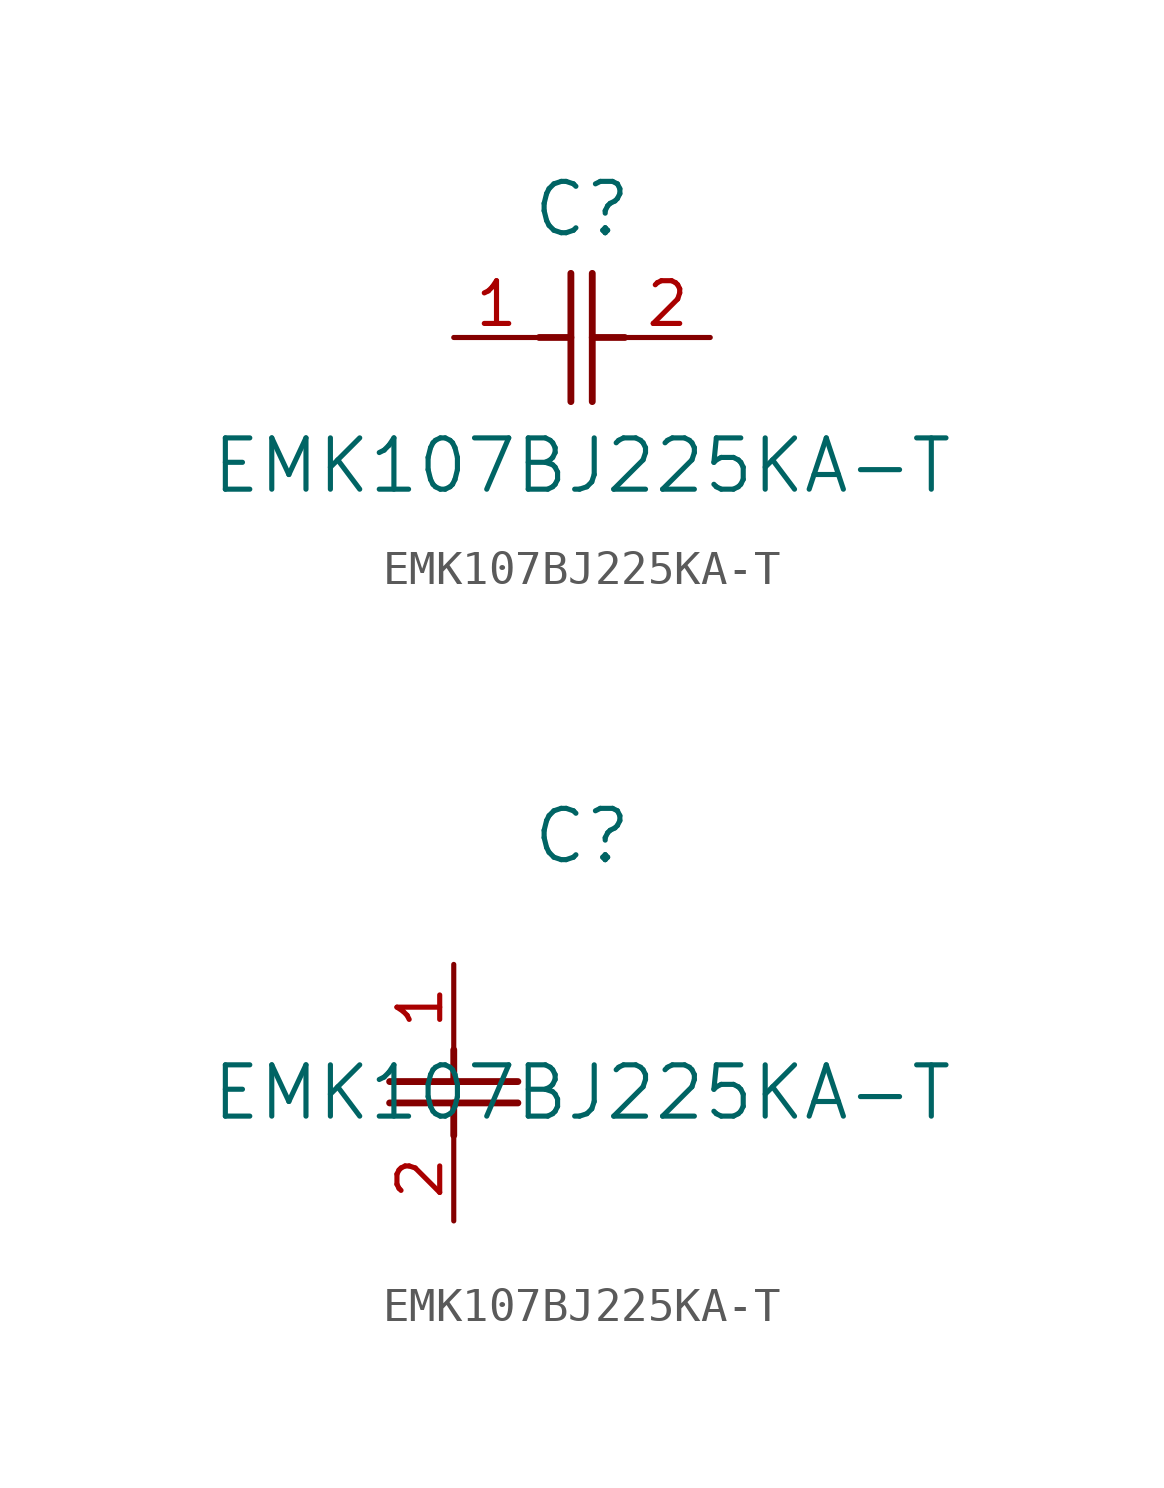
<source format=kicad_sym>
(kicad_symbol_lib
  (version 20211014)
  (generator kicad_symbol_editor)
  (symbol "EMK107BJ225KA-T"
    (pin_names
      (offset 0.254))
    (property "Reference" "C"
      (at 3.81 3.81 0)
      (effects (font (size 1.524 1.524))))
    (property "Value" "EMK107BJ225KA-T"
      (at 3.81 -3.81 0)
      (effects (font (size 1.524 1.524))))
    (symbol "EMK107BJ225KA-T_1_1"
      (polyline (pts (xy 3.48 -1.905) (xy 3.48 1.905)) (stroke (width 0.203) (type default) (color 0 0 0 0)) (fill (type none)))
      (polyline (pts (xy 4.115 -1.905) (xy 4.115 1.905)) (stroke (width 0.203) (type default) (color 0 0 0 0)) (fill (type none)))
      (polyline (pts (xy 4.115 0) (xy 5.08 0)) (stroke (width 0.203) (type default) (color 0 0 0 0)) (fill (type none)))
      (polyline (pts (xy 2.54 0) (xy 3.48 0)) (stroke (width 0.203) (type default) (color 0 0 0 0)) (fill (type none)))
      (pin unspecified line (at 0 0 0) (length 2.54) (name "" (effects (font (size 1.27 1.27)))) (number "1" (effects (font (size 1.27 1.27)))))
      (pin unspecified line (at 7.62 0 180) (length 2.54) (name "" (effects (font (size 1.27 1.27)))) (number "2" (effects (font (size 1.27 1.27))))))
    (symbol "EMK107BJ225KA-T_1_2"
      (polyline (pts (xy -1.905 -3.48) (xy 1.905 -3.48)) (stroke (width 0.203) (type default) (color 0 0 0 0)) (fill (type none)))
      (polyline (pts (xy -1.905 -4.115) (xy 1.905 -4.115)) (stroke (width 0.203) (type default) (color 0 0 0 0)) (fill (type none)))
      (polyline (pts (xy 0 -4.115) (xy 0 -5.08)) (stroke (width 0.203) (type default) (color 0 0 0 0)) (fill (type none)))
      (polyline (pts (xy 0 -2.54) (xy 0 -3.48)) (stroke (width 0.203) (type default) (color 0 0 0 0)) (fill (type none)))
      (pin unspecified line (at 0 0 270) (length 2.54) (name "" (effects (font (size 1.27 1.27)))) (number "1" (effects (font (size 1.27 1.27)))))
      (pin unspecified line (at 0 -7.62 90) (length 2.54) (name "" (effects (font (size 1.27 1.27)))) (number "2" (effects (font (size 1.27 1.27))))))))
</source>
